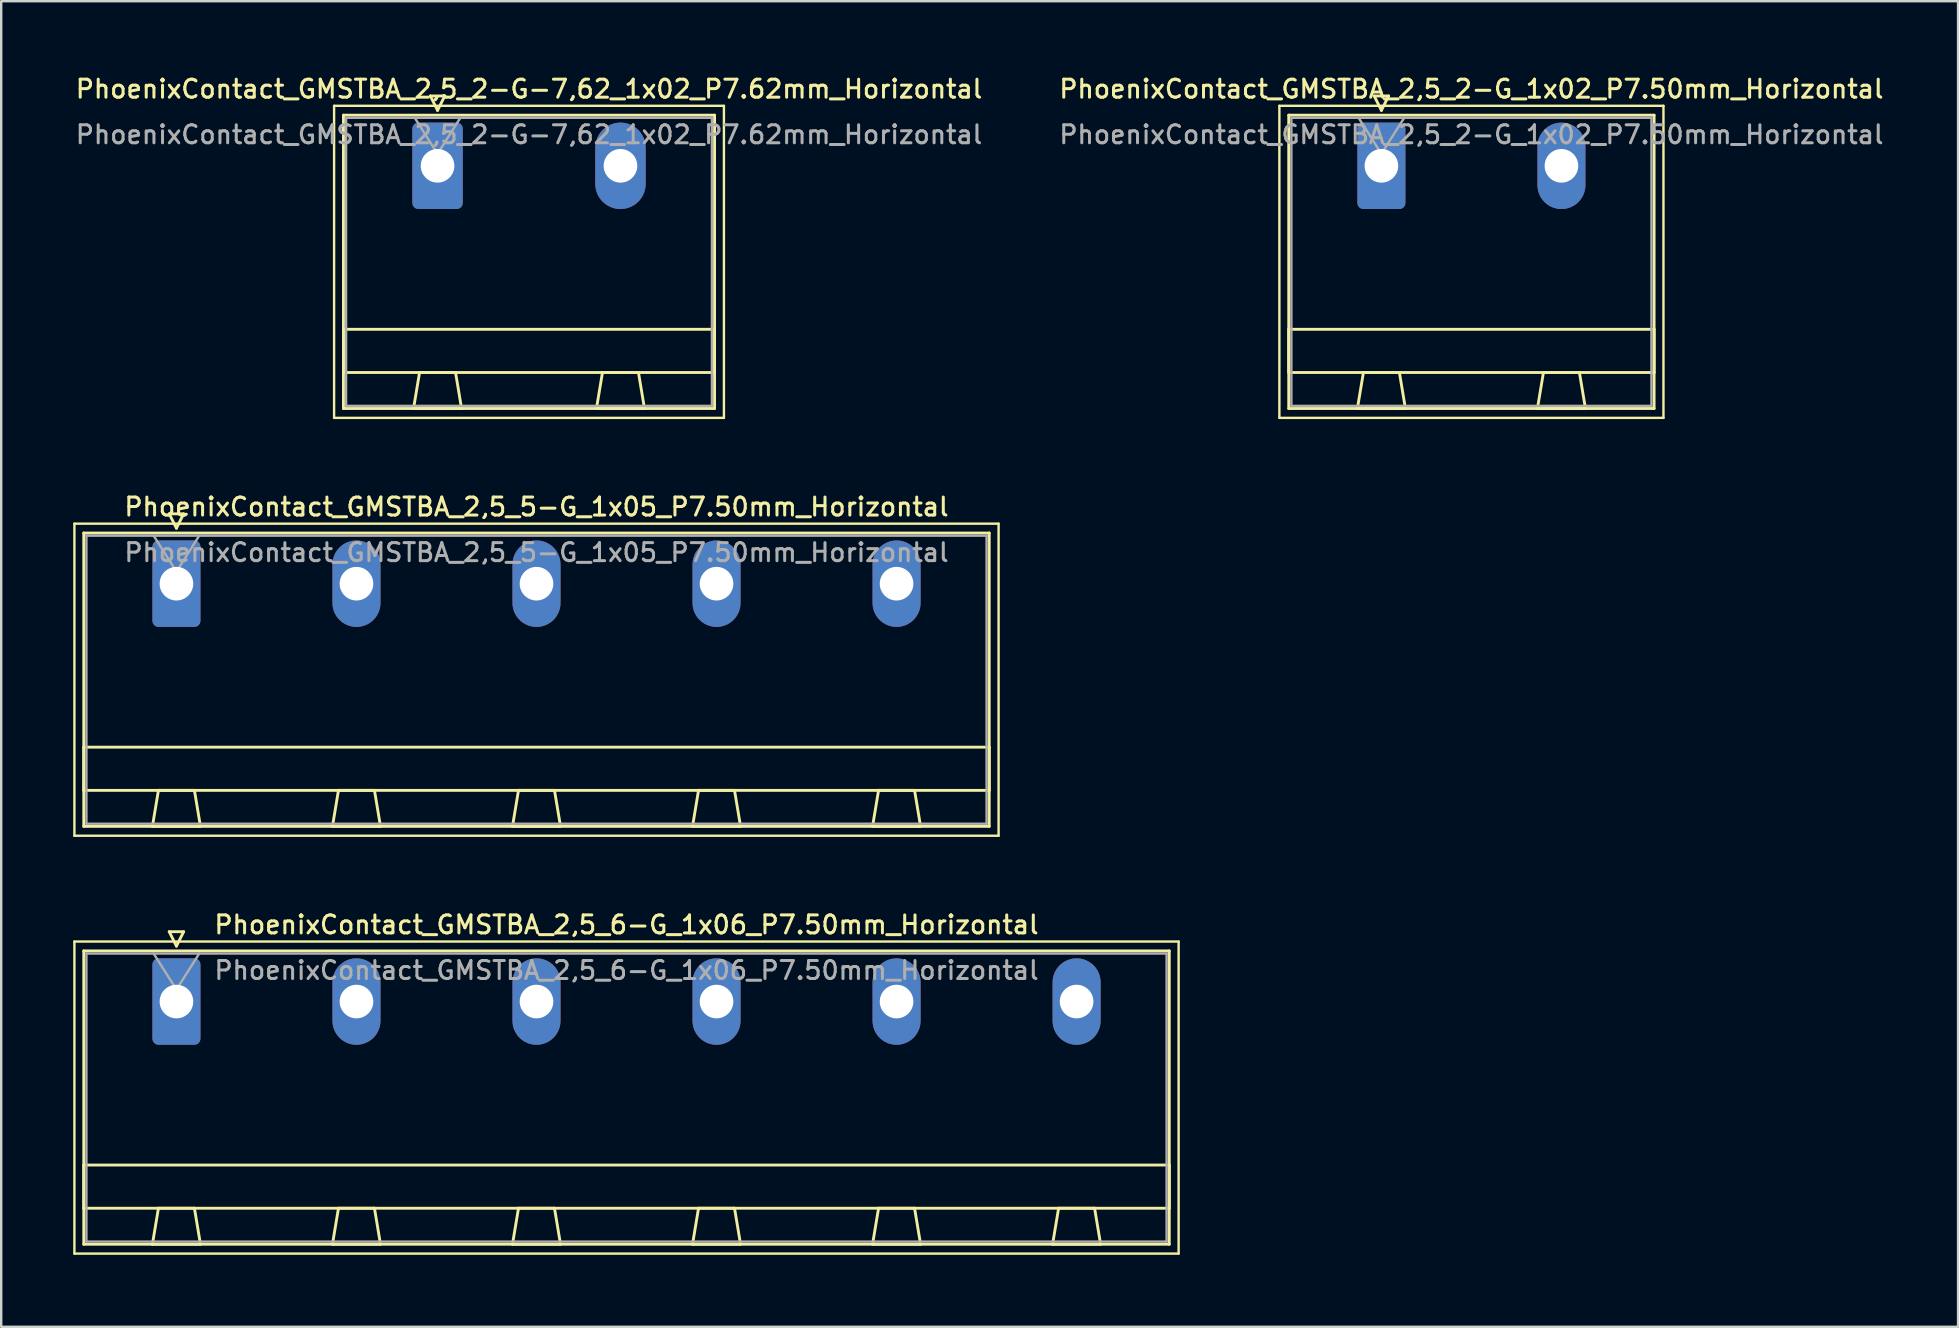
<source format=kicad_pcb>
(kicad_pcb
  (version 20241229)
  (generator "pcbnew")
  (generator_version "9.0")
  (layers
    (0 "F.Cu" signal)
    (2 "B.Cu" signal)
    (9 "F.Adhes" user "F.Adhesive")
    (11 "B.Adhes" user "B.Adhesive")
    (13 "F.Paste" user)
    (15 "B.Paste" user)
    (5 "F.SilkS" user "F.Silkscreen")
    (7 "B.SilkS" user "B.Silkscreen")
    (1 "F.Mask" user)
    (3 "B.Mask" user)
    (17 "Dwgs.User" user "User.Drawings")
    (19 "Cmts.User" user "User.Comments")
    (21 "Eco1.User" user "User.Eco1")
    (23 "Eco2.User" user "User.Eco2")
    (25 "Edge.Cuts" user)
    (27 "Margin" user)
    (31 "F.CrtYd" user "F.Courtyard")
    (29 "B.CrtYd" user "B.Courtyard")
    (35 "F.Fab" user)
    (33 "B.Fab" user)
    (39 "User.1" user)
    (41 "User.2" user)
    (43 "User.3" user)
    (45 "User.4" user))
  (footprint "PhoenixContact_GMSTBA_2,5_2-G-7,62_1x02_P7.62mm_Horizontal"
    (layer "F.Cu")
    (at 15.178 3.858)
    (property "Reference" "PhoenixContact_GMSTBA_2,5_2-G-7,62_1x02_P7.62mm_Horizontal" (at 3.81 -3.2 0) (layer "F.SilkS") (effects (font (size 0.75 0.75) (thickness 0.125))))
    (attr through_hole)
    (fp_line (start -4.31 -2.5) (end -4.31 10.5) (stroke (width 0.1) (type solid)) (layer "F.SilkS"))
    (fp_line (start -4.31 10.5) (end 11.93 10.5) (stroke (width 0.1) (type solid)) (layer "F.SilkS"))
    (fp_line (start -3.92 -2.11) (end -3.92 10.11) (stroke (width 0.12) (type solid)) (layer "F.SilkS"))
    (fp_line (start -3.92 6.81) (end 11.54 6.81) (stroke (width 0.12) (type solid)) (layer "F.SilkS"))
    (fp_line (start -3.92 8.61) (end -3.92 6.81) (stroke (width 0.12) (type solid)) (layer "F.SilkS"))
    (fp_line (start -3.92 10.11) (end 11.54 10.11) (stroke (width 0.12) (type solid)) (layer "F.SilkS"))
    (fp_line (start -1 10.11) (end 1 10.11) (stroke (width 0.12) (type solid)) (layer "F.SilkS"))
    (fp_line (start -0.75 8.61) (end -1 10.11) (stroke (width 0.12) (type solid)) (layer "F.SilkS"))
    (fp_line (start -0.3 -2.91) (end 0.3 -2.91) (stroke (width 0.12) (type solid)) (layer "F.SilkS"))
    (fp_line (start 0 -2.31) (end -0.3 -2.91) (stroke (width 0.12) (type solid)) (layer "F.SilkS"))
    (fp_line (start 0.3 -2.91) (end 0 -2.31) (stroke (width 0.12) (type solid)) (layer "F.SilkS"))
    (fp_line (start 0.75 8.61) (end -0.75 8.61) (stroke (width 0.12) (type solid)) (layer "F.SilkS"))
    (fp_line (start 1 10.11) (end 0.75 8.61) (stroke (width 0.12) (type solid)) (layer "F.SilkS"))
    (fp_line (start 6.62 10.11) (end 8.62 10.11) (stroke (width 0.12) (type solid)) (layer "F.SilkS"))
    (fp_line (start 6.87 8.61) (end 6.62 10.11) (stroke (width 0.12) (type solid)) (layer "F.SilkS"))
    (fp_line (start 8.37 8.61) (end 6.87 8.61) (stroke (width 0.12) (type solid)) (layer "F.SilkS"))
    (fp_line (start 8.62 10.11) (end 8.37 8.61) (stroke (width 0.12) (type solid)) (layer "F.SilkS"))
    (fp_line (start 11.54 -2.11) (end -3.92 -2.11) (stroke (width 0.12) (type solid)) (layer "F.SilkS"))
    (fp_line (start 11.54 6.81) (end 11.54 8.61) (stroke (width 0.12) (type solid)) (layer "F.SilkS"))
    (fp_line (start 11.54 8.61) (end -3.92 8.61) (stroke (width 0.12) (type solid)) (layer "F.SilkS"))
    (fp_line (start 11.54 10.11) (end 11.54 -2.11) (stroke (width 0.12) (type solid)) (layer "F.SilkS"))
    (fp_line (start 11.93 -2.5) (end -4.31 -2.5) (stroke (width 0.1) (type solid)) (layer "F.SilkS"))
    (fp_line (start 11.93 10.5) (end 11.93 -2.5) (stroke (width 0.1) (type solid)) (layer "F.SilkS"))
    (fp_line (start -3.81 -2) (end -3.81 10) (stroke (width 0.1) (type solid)) (layer "F.Fab"))
    (fp_line (start -3.81 10) (end 11.43 10) (stroke (width 0.1) (type solid)) (layer "F.Fab"))
    (fp_line (start 0 -0.5) (end -0.95 -2) (stroke (width 0.1) (type solid)) (layer "F.Fab"))
    (fp_line (start 0.95 -2) (end 0 -0.5) (stroke (width 0.1) (type solid)) (layer "F.Fab"))
    (fp_line (start 11.43 -2) (end -3.81 -2) (stroke (width 0.1) (type solid)) (layer "F.Fab"))
    (fp_line (start 11.43 10) (end 11.43 -2) (stroke (width 0.1) (type solid)) (layer "F.Fab"))
    (fp_text user "${REFERENCE}" (at 3.81 -1.3 0) (layer "F.Fab") (effects (font (size 0.75 0.75) (thickness 0.125))))
    (pad "1" thru_hole roundrect (at 0 0) (size 2.1 3.6) (drill 1.4) (layers "*.Cu" "*.Mask") (roundrect_rratio 0.119))
    (pad "2" thru_hole oval (at 7.62 0) (size 2.1 3.6) (drill 1.4) (layers "*.Cu" "*.Mask")))
  (footprint "PhoenixContact_GMSTBA_2,5_6-G_1x06_P7.50mm_Horizontal"
    (layer "F.Cu")
    (at 4.3 38.674)
    (property "Reference" "PhoenixContact_GMSTBA_2,5_6-G_1x06_P7.50mm_Horizontal" (at 18.75 -3.2 0) (layer "F.SilkS") (effects (font (size 0.75 0.75) (thickness 0.125))))
    (attr through_hole)
    (fp_line (start -4.25 -2.5) (end -4.25 10.5) (stroke (width 0.1) (type solid)) (layer "F.SilkS"))
    (fp_line (start -4.25 10.5) (end 41.75 10.5) (stroke (width 0.1) (type solid)) (layer "F.SilkS"))
    (fp_line (start -3.86 -2.11) (end -3.86 10.11) (stroke (width 0.12) (type solid)) (layer "F.SilkS"))
    (fp_line (start -3.86 6.81) (end 41.36 6.81) (stroke (width 0.12) (type solid)) (layer "F.SilkS"))
    (fp_line (start -3.86 8.61) (end -3.86 6.81) (stroke (width 0.12) (type solid)) (layer "F.SilkS"))
    (fp_line (start -3.86 10.11) (end 41.36 10.11) (stroke (width 0.12) (type solid)) (layer "F.SilkS"))
    (fp_line (start -1 10.11) (end 1 10.11) (stroke (width 0.12) (type solid)) (layer "F.SilkS"))
    (fp_line (start -0.75 8.61) (end -1 10.11) (stroke (width 0.12) (type solid)) (layer "F.SilkS"))
    (fp_line (start -0.3 -2.91) (end 0.3 -2.91) (stroke (width 0.12) (type solid)) (layer "F.SilkS"))
    (fp_line (start 0 -2.31) (end -0.3 -2.91) (stroke (width 0.12) (type solid)) (layer "F.SilkS"))
    (fp_line (start 0.3 -2.91) (end 0 -2.31) (stroke (width 0.12) (type solid)) (layer "F.SilkS"))
    (fp_line (start 0.75 8.61) (end -0.75 8.61) (stroke (width 0.12) (type solid)) (layer "F.SilkS"))
    (fp_line (start 1 10.11) (end 0.75 8.61) (stroke (width 0.12) (type solid)) (layer "F.SilkS"))
    (fp_line (start 6.5 10.11) (end 8.5 10.11) (stroke (width 0.12) (type solid)) (layer "F.SilkS"))
    (fp_line (start 6.75 8.61) (end 6.5 10.11) (stroke (width 0.12) (type solid)) (layer "F.SilkS"))
    (fp_line (start 8.25 8.61) (end 6.75 8.61) (stroke (width 0.12) (type solid)) (layer "F.SilkS"))
    (fp_line (start 8.5 10.11) (end 8.25 8.61) (stroke (width 0.12) (type solid)) (layer "F.SilkS"))
    (fp_line (start 14 10.11) (end 16 10.11) (stroke (width 0.12) (type solid)) (layer "F.SilkS"))
    (fp_line (start 14.25 8.61) (end 14 10.11) (stroke (width 0.12) (type solid)) (layer "F.SilkS"))
    (fp_line (start 15.75 8.61) (end 14.25 8.61) (stroke (width 0.12) (type solid)) (layer "F.SilkS"))
    (fp_line (start 16 10.11) (end 15.75 8.61) (stroke (width 0.12) (type solid)) (layer "F.SilkS"))
    (fp_line (start 21.5 10.11) (end 23.5 10.11) (stroke (width 0.12) (type solid)) (layer "F.SilkS"))
    (fp_line (start 21.75 8.61) (end 21.5 10.11) (stroke (width 0.12) (type solid)) (layer "F.SilkS"))
    (fp_line (start 23.25 8.61) (end 21.75 8.61) (stroke (width 0.12) (type solid)) (layer "F.SilkS"))
    (fp_line (start 23.5 10.11) (end 23.25 8.61) (stroke (width 0.12) (type solid)) (layer "F.SilkS"))
    (fp_line (start 29 10.11) (end 31 10.11) (stroke (width 0.12) (type solid)) (layer "F.SilkS"))
    (fp_line (start 29.25 8.61) (end 29 10.11) (stroke (width 0.12) (type solid)) (layer "F.SilkS"))
    (fp_line (start 30.75 8.61) (end 29.25 8.61) (stroke (width 0.12) (type solid)) (layer "F.SilkS"))
    (fp_line (start 31 10.11) (end 30.75 8.61) (stroke (width 0.12) (type solid)) (layer "F.SilkS"))
    (fp_line (start 36.5 10.11) (end 38.5 10.11) (stroke (width 0.12) (type solid)) (layer "F.SilkS"))
    (fp_line (start 36.75 8.61) (end 36.5 10.11) (stroke (width 0.12) (type solid)) (layer "F.SilkS"))
    (fp_line (start 38.25 8.61) (end 36.75 8.61) (stroke (width 0.12) (type solid)) (layer "F.SilkS"))
    (fp_line (start 38.5 10.11) (end 38.25 8.61) (stroke (width 0.12) (type solid)) (layer "F.SilkS"))
    (fp_line (start 41.36 -2.11) (end -3.86 -2.11) (stroke (width 0.12) (type solid)) (layer "F.SilkS"))
    (fp_line (start 41.36 6.81) (end 41.36 8.61) (stroke (width 0.12) (type solid)) (layer "F.SilkS"))
    (fp_line (start 41.36 8.61) (end -3.86 8.61) (stroke (width 0.12) (type solid)) (layer "F.SilkS"))
    (fp_line (start 41.36 10.11) (end 41.36 -2.11) (stroke (width 0.12) (type solid)) (layer "F.SilkS"))
    (fp_line (start 41.75 -2.5) (end -4.25 -2.5) (stroke (width 0.1) (type solid)) (layer "F.SilkS"))
    (fp_line (start 41.75 10.5) (end 41.75 -2.5) (stroke (width 0.1) (type solid)) (layer "F.SilkS"))
    (fp_line (start -3.75 -2) (end -3.75 10) (stroke (width 0.1) (type solid)) (layer "F.Fab"))
    (fp_line (start -3.75 10) (end 41.25 10) (stroke (width 0.1) (type solid)) (layer "F.Fab"))
    (fp_line (start 0 -0.5) (end -0.95 -2) (stroke (width 0.1) (type solid)) (layer "F.Fab"))
    (fp_line (start 0.95 -2) (end 0 -0.5) (stroke (width 0.1) (type solid)) (layer "F.Fab"))
    (fp_line (start 41.25 -2) (end -3.75 -2) (stroke (width 0.1) (type solid)) (layer "F.Fab"))
    (fp_line (start 41.25 10) (end 41.25 -2) (stroke (width 0.1) (type solid)) (layer "F.Fab"))
    (fp_text user "${REFERENCE}" (at 18.75 -1.3 0) (layer "F.Fab") (effects (font (size 0.75 0.75) (thickness 0.125))))
    (pad "1" thru_hole roundrect (at 0 0) (size 2 3.6) (drill 1.4) (layers "*.Cu" "*.Mask") (roundrect_rratio 0.125))
    (pad "2" thru_hole oval (at 7.5 0) (size 2 3.6) (drill 1.4) (layers "*.Cu" "*.Mask"))
    (pad "3" thru_hole oval (at 15 0) (size 2 3.6) (drill 1.4) (layers "*.Cu" "*.Mask"))
    (pad "4" thru_hole oval (at 22.5 0) (size 2 3.6) (drill 1.4) (layers "*.Cu" "*.Mask"))
    (pad "5" thru_hole oval (at 30 0) (size 2 3.6) (drill 1.4) (layers "*.Cu" "*.Mask"))
    (pad "6" thru_hole oval (at 37.5 0) (size 2 3.6) (drill 1.4) (layers "*.Cu" "*.Mask")))
  (footprint "PhoenixContact_GMSTBA_2,5_2-G_1x02_P7.50mm_Horizontal"
    (layer "F.Cu")
    (at 54.498 3.858)
    (property "Reference" "PhoenixContact_GMSTBA_2,5_2-G_1x02_P7.50mm_Horizontal" (at 3.75 -3.2 0) (layer "F.SilkS") (effects (font (size 0.75 0.75) (thickness 0.125))))
    (attr through_hole)
    (fp_line (start -4.25 -2.5) (end -4.25 10.5) (stroke (width 0.1) (type solid)) (layer "F.SilkS"))
    (fp_line (start -4.25 10.5) (end 11.75 10.5) (stroke (width 0.1) (type solid)) (layer "F.SilkS"))
    (fp_line (start -3.86 -2.11) (end -3.86 10.11) (stroke (width 0.12) (type solid)) (layer "F.SilkS"))
    (fp_line (start -3.86 6.81) (end 11.36 6.81) (stroke (width 0.12) (type solid)) (layer "F.SilkS"))
    (fp_line (start -3.86 8.61) (end -3.86 6.81) (stroke (width 0.12) (type solid)) (layer "F.SilkS"))
    (fp_line (start -3.86 10.11) (end 11.36 10.11) (stroke (width 0.12) (type solid)) (layer "F.SilkS"))
    (fp_line (start -1 10.11) (end 1 10.11) (stroke (width 0.12) (type solid)) (layer "F.SilkS"))
    (fp_line (start -0.75 8.61) (end -1 10.11) (stroke (width 0.12) (type solid)) (layer "F.SilkS"))
    (fp_line (start -0.3 -2.91) (end 0.3 -2.91) (stroke (width 0.12) (type solid)) (layer "F.SilkS"))
    (fp_line (start 0 -2.31) (end -0.3 -2.91) (stroke (width 0.12) (type solid)) (layer "F.SilkS"))
    (fp_line (start 0.3 -2.91) (end 0 -2.31) (stroke (width 0.12) (type solid)) (layer "F.SilkS"))
    (fp_line (start 0.75 8.61) (end -0.75 8.61) (stroke (width 0.12) (type solid)) (layer "F.SilkS"))
    (fp_line (start 1 10.11) (end 0.75 8.61) (stroke (width 0.12) (type solid)) (layer "F.SilkS"))
    (fp_line (start 6.5 10.11) (end 8.5 10.11) (stroke (width 0.12) (type solid)) (layer "F.SilkS"))
    (fp_line (start 6.75 8.61) (end 6.5 10.11) (stroke (width 0.12) (type solid)) (layer "F.SilkS"))
    (fp_line (start 8.25 8.61) (end 6.75 8.61) (stroke (width 0.12) (type solid)) (layer "F.SilkS"))
    (fp_line (start 8.5 10.11) (end 8.25 8.61) (stroke (width 0.12) (type solid)) (layer "F.SilkS"))
    (fp_line (start 11.36 -2.11) (end -3.86 -2.11) (stroke (width 0.12) (type solid)) (layer "F.SilkS"))
    (fp_line (start 11.36 6.81) (end 11.36 8.61) (stroke (width 0.12) (type solid)) (layer "F.SilkS"))
    (fp_line (start 11.36 8.61) (end -3.86 8.61) (stroke (width 0.12) (type solid)) (layer "F.SilkS"))
    (fp_line (start 11.36 10.11) (end 11.36 -2.11) (stroke (width 0.12) (type solid)) (layer "F.SilkS"))
    (fp_line (start 11.75 -2.5) (end -4.25 -2.5) (stroke (width 0.1) (type solid)) (layer "F.SilkS"))
    (fp_line (start 11.75 10.5) (end 11.75 -2.5) (stroke (width 0.1) (type solid)) (layer "F.SilkS"))
    (fp_line (start -3.75 -2) (end -3.75 10) (stroke (width 0.1) (type solid)) (layer "F.Fab"))
    (fp_line (start -3.75 10) (end 11.25 10) (stroke (width 0.1) (type solid)) (layer "F.Fab"))
    (fp_line (start 0 -0.5) (end -0.95 -2) (stroke (width 0.1) (type solid)) (layer "F.Fab"))
    (fp_line (start 0.95 -2) (end 0 -0.5) (stroke (width 0.1) (type solid)) (layer "F.Fab"))
    (fp_line (start 11.25 -2) (end -3.75 -2) (stroke (width 0.1) (type solid)) (layer "F.Fab"))
    (fp_line (start 11.25 10) (end 11.25 -2) (stroke (width 0.1) (type solid)) (layer "F.Fab"))
    (fp_text user "${REFERENCE}" (at 3.75 -1.3 0) (layer "F.Fab") (effects (font (size 0.75 0.75) (thickness 0.125))))
    (pad "1" thru_hole roundrect (at 0 0) (size 2 3.6) (drill 1.4) (layers "*.Cu" "*.Mask") (roundrect_rratio 0.125))
    (pad "2" thru_hole oval (at 7.5 0) (size 2 3.6) (drill 1.4) (layers "*.Cu" "*.Mask")))
  (footprint "PhoenixContact_GMSTBA_2,5_5-G_1x05_P7.50mm_Horizontal"
    (layer "F.Cu")
    (at 4.3 21.266)
    (property "Reference" "PhoenixContact_GMSTBA_2,5_5-G_1x05_P7.50mm_Horizontal" (at 15 -3.2 0) (layer "F.SilkS") (effects (font (size 0.75 0.75) (thickness 0.125))))
    (attr through_hole)
    (fp_line (start -4.25 -2.5) (end -4.25 10.5) (stroke (width 0.1) (type solid)) (layer "F.SilkS"))
    (fp_line (start -4.25 10.5) (end 34.25 10.5) (stroke (width 0.1) (type solid)) (layer "F.SilkS"))
    (fp_line (start -3.86 -2.11) (end -3.86 10.11) (stroke (width 0.12) (type solid)) (layer "F.SilkS"))
    (fp_line (start -3.86 6.81) (end 33.86 6.81) (stroke (width 0.12) (type solid)) (layer "F.SilkS"))
    (fp_line (start -3.86 8.61) (end -3.86 6.81) (stroke (width 0.12) (type solid)) (layer "F.SilkS"))
    (fp_line (start -3.86 10.11) (end 33.86 10.11) (stroke (width 0.12) (type solid)) (layer "F.SilkS"))
    (fp_line (start -1 10.11) (end 1 10.11) (stroke (width 0.12) (type solid)) (layer "F.SilkS"))
    (fp_line (start -0.75 8.61) (end -1 10.11) (stroke (width 0.12) (type solid)) (layer "F.SilkS"))
    (fp_line (start -0.3 -2.91) (end 0.3 -2.91) (stroke (width 0.12) (type solid)) (layer "F.SilkS"))
    (fp_line (start 0 -2.31) (end -0.3 -2.91) (stroke (width 0.12) (type solid)) (layer "F.SilkS"))
    (fp_line (start 0.3 -2.91) (end 0 -2.31) (stroke (width 0.12) (type solid)) (layer "F.SilkS"))
    (fp_line (start 0.75 8.61) (end -0.75 8.61) (stroke (width 0.12) (type solid)) (layer "F.SilkS"))
    (fp_line (start 1 10.11) (end 0.75 8.61) (stroke (width 0.12) (type solid)) (layer "F.SilkS"))
    (fp_line (start 6.5 10.11) (end 8.5 10.11) (stroke (width 0.12) (type solid)) (layer "F.SilkS"))
    (fp_line (start 6.75 8.61) (end 6.5 10.11) (stroke (width 0.12) (type solid)) (layer "F.SilkS"))
    (fp_line (start 8.25 8.61) (end 6.75 8.61) (stroke (width 0.12) (type solid)) (layer "F.SilkS"))
    (fp_line (start 8.5 10.11) (end 8.25 8.61) (stroke (width 0.12) (type solid)) (layer "F.SilkS"))
    (fp_line (start 14 10.11) (end 16 10.11) (stroke (width 0.12) (type solid)) (layer "F.SilkS"))
    (fp_line (start 14.25 8.61) (end 14 10.11) (stroke (width 0.12) (type solid)) (layer "F.SilkS"))
    (fp_line (start 15.75 8.61) (end 14.25 8.61) (stroke (width 0.12) (type solid)) (layer "F.SilkS"))
    (fp_line (start 16 10.11) (end 15.75 8.61) (stroke (width 0.12) (type solid)) (layer "F.SilkS"))
    (fp_line (start 21.5 10.11) (end 23.5 10.11) (stroke (width 0.12) (type solid)) (layer "F.SilkS"))
    (fp_line (start 21.75 8.61) (end 21.5 10.11) (stroke (width 0.12) (type solid)) (layer "F.SilkS"))
    (fp_line (start 23.25 8.61) (end 21.75 8.61) (stroke (width 0.12) (type solid)) (layer "F.SilkS"))
    (fp_line (start 23.5 10.11) (end 23.25 8.61) (stroke (width 0.12) (type solid)) (layer "F.SilkS"))
    (fp_line (start 29 10.11) (end 31 10.11) (stroke (width 0.12) (type solid)) (layer "F.SilkS"))
    (fp_line (start 29.25 8.61) (end 29 10.11) (stroke (width 0.12) (type solid)) (layer "F.SilkS"))
    (fp_line (start 30.75 8.61) (end 29.25 8.61) (stroke (width 0.12) (type solid)) (layer "F.SilkS"))
    (fp_line (start 31 10.11) (end 30.75 8.61) (stroke (width 0.12) (type solid)) (layer "F.SilkS"))
    (fp_line (start 33.86 -2.11) (end -3.86 -2.11) (stroke (width 0.12) (type solid)) (layer "F.SilkS"))
    (fp_line (start 33.86 6.81) (end 33.86 8.61) (stroke (width 0.12) (type solid)) (layer "F.SilkS"))
    (fp_line (start 33.86 8.61) (end -3.86 8.61) (stroke (width 0.12) (type solid)) (layer "F.SilkS"))
    (fp_line (start 33.86 10.11) (end 33.86 -2.11) (stroke (width 0.12) (type solid)) (layer "F.SilkS"))
    (fp_line (start 34.25 -2.5) (end -4.25 -2.5) (stroke (width 0.1) (type solid)) (layer "F.SilkS"))
    (fp_line (start 34.25 10.5) (end 34.25 -2.5) (stroke (width 0.1) (type solid)) (layer "F.SilkS"))
    (fp_line (start -3.75 -2) (end -3.75 10) (stroke (width 0.1) (type solid)) (layer "F.Fab"))
    (fp_line (start -3.75 10) (end 33.75 10) (stroke (width 0.1) (type solid)) (layer "F.Fab"))
    (fp_line (start 0 -0.5) (end -0.95 -2) (stroke (width 0.1) (type solid)) (layer "F.Fab"))
    (fp_line (start 0.95 -2) (end 0 -0.5) (stroke (width 0.1) (type solid)) (layer "F.Fab"))
    (fp_line (start 33.75 -2) (end -3.75 -2) (stroke (width 0.1) (type solid)) (layer "F.Fab"))
    (fp_line (start 33.75 10) (end 33.75 -2) (stroke (width 0.1) (type solid)) (layer "F.Fab"))
    (fp_text user "${REFERENCE}" (at 15 -1.3 0) (layer "F.Fab") (effects (font (size 0.75 0.75) (thickness 0.125))))
    (pad "1" thru_hole roundrect (at 0 0) (size 2 3.6) (drill 1.4) (layers "*.Cu" "*.Mask") (roundrect_rratio 0.125))
    (pad "2" thru_hole oval (at 7.5 0) (size 2 3.6) (drill 1.4) (layers "*.Cu" "*.Mask"))
    (pad "3" thru_hole oval (at 15 0) (size 2 3.6) (drill 1.4) (layers "*.Cu" "*.Mask"))
    (pad "4" thru_hole oval (at 22.5 0) (size 2 3.6) (drill 1.4) (layers "*.Cu" "*.Mask"))
    (pad "5" thru_hole oval (at 30 0) (size 2 3.6) (drill 1.4) (layers "*.Cu" "*.Mask")))
  (gr_rect
    (start -3 -3)
    (end 78.521 52.224)
    (stroke (width 0.1) (type default))
    (fill no)
    (layer "Edge.Cuts")))
</source>
